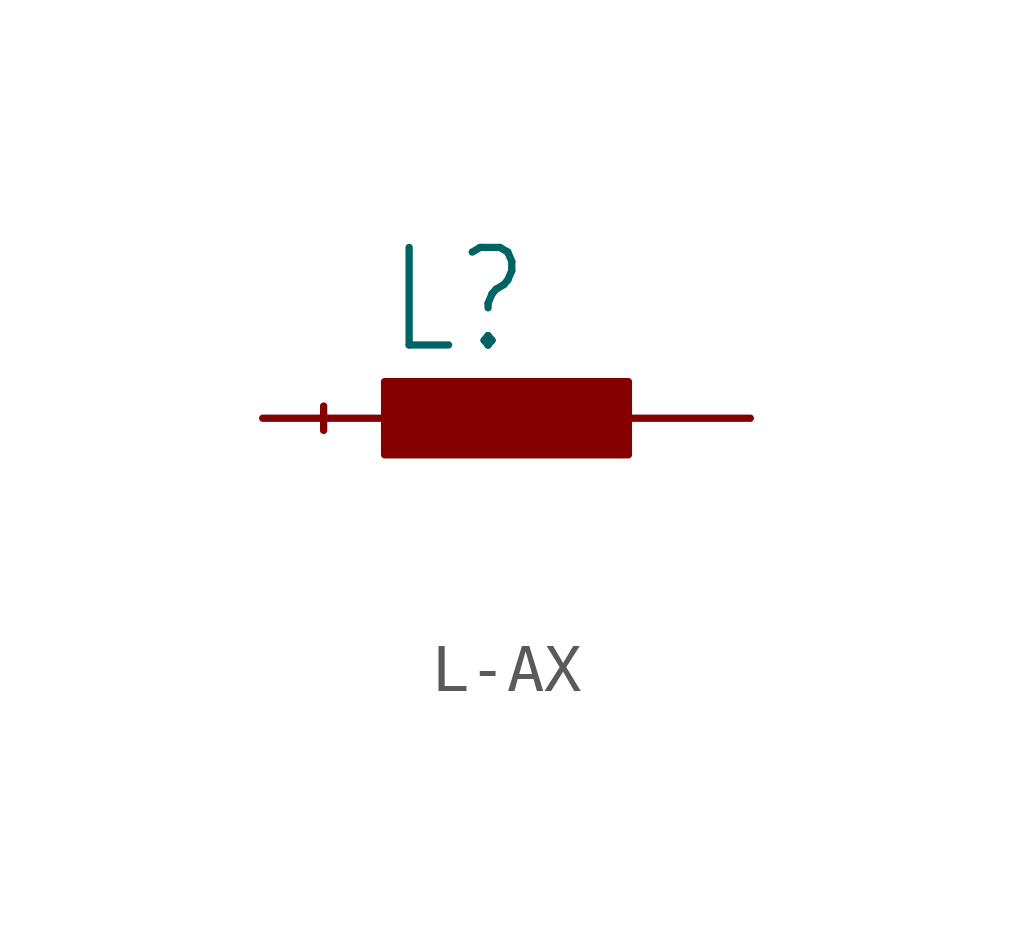
<source format=kicad_sym>
(kicad_symbol_lib
  (version 20241209)
  (generator "kicad_symbol_editor")
  (generator_version "9.0")
  (symbol "L-AX"
    (property "Reference" "L"
      (at -2.54 1.27 0)
      (effects (font (size 2.032 1.727)) (justify left bottom)))
    (property "Value" ""
      (at -3.81 -3.556 0)
      (effects (font (size 2.032 1.727)) (justify left bottom)))
    (property "ki_locked" ""
      (at 0 0 0)
      (effects (font (size 1.27 1.27))))
    (symbol "L-AX_1_0"
      (polyline (pts (xy -3.81 0.254) (xy -3.81 -0.254)) (stroke (width 0.152) (type solid)) (fill (type none)))
      (rectangle (start -2.54 -0.762) (end 2.54 0.762) (stroke (width 0) (type default)) (fill (type outline)))
      (pin passive line (at -5.08 0 0) (length 2.54) (name "1" (effects (font (size 0 0)))) (number "1" (effects (font (size 0 0)))))
      (pin passive line (at 5.08 0 180) (length 2.54) (name "2" (effects (font (size 0 0)))) (number "2" (effects (font (size 0 0))))))))
</source>
